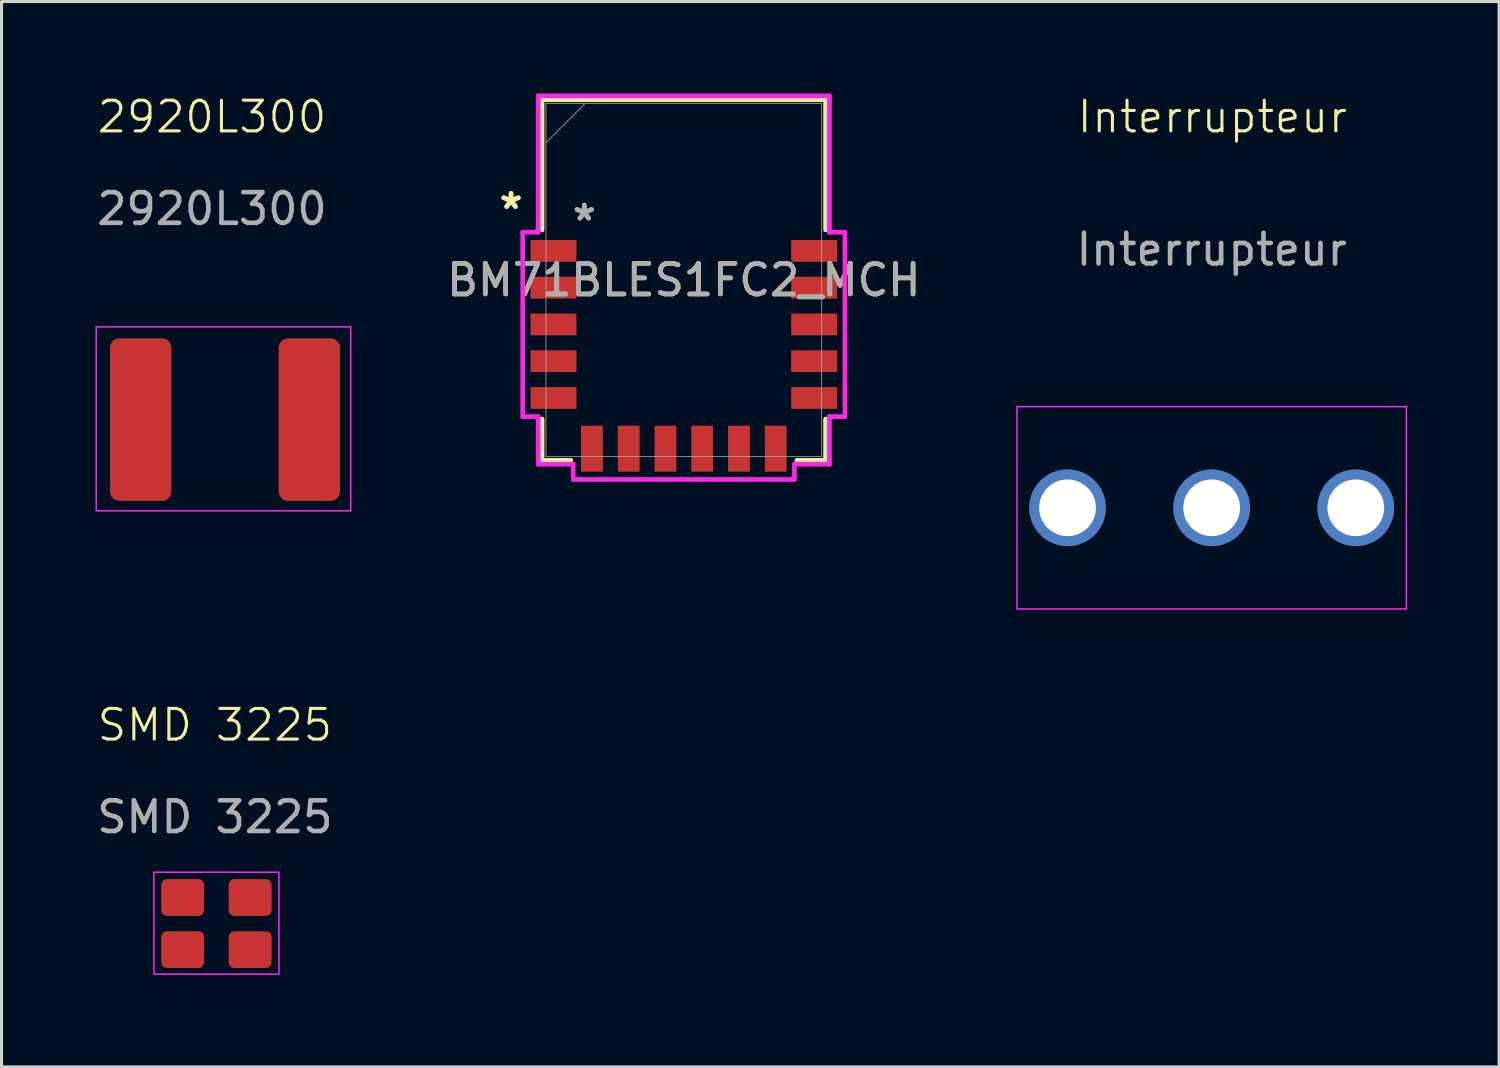
<source format=kicad_pcb>
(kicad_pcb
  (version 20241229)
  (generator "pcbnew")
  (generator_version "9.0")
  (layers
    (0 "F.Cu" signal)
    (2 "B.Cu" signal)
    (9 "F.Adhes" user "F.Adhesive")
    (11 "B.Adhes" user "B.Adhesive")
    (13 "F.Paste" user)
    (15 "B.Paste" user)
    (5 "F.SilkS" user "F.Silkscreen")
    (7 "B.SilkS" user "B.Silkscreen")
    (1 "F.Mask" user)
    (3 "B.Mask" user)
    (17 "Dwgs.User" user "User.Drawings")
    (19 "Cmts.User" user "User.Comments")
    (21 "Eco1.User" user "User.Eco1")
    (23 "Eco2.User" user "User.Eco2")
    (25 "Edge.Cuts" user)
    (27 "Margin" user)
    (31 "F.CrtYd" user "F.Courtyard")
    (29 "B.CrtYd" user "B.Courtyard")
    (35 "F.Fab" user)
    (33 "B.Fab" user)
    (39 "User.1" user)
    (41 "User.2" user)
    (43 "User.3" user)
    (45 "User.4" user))
  (footprint "Interrupteur"
    (layer "F.Cu")
    (at 36.467 13.511)
    (property "Reference" "Interrupteur" (at 0.025 -12.75 0) (unlocked yes) (layer "F.SilkS") (effects (font (size 1 1) (thickness 0.1))))
    (attr smd)
    (fp_rect (start -6.35 -3.3) (end 6.35 3.3) (stroke (width 0.05) (type solid)) (fill no) (layer "F.CrtYd"))
    (fp_text user "${REFERENCE}" (at 0 -8.425 0) (unlocked yes) (layer "F.Fab") (effects (font (size 1 1) (thickness 0.15))))
    (pad "1" thru_hole circle (at -4.7 0) (size 2.5 2.5) (drill 1.85) (layers "*.Cu" "*.Mask"))
    (pad "2" thru_hole circle (at 0 0) (size 2.5 2.5) (drill 1.85) (layers "*.Cu" "*.Mask"))
    (pad "3" thru_hole circle (at 4.7 0) (size 2.5 2.5) (drill 1.85) (layers "*.Cu" "*.Mask")))
  (footprint "SMD 3225"
    (layer "F.Cu")
    (at 4.008 27.071)
    (property "Reference" "SMD 3225" (at -0.05 -6.475 0) (unlocked yes) (layer "F.SilkS") (effects (font (size 1 1) (thickness 0.1))))
    (attr smd)
    (fp_rect (start -2.038 -1.675) (end 2.038 1.65) (stroke (width 0.05) (type default)) (fill no) (layer "F.CrtYd"))
    (fp_text user "${REFERENCE}" (at -0.05 -3.475 0) (unlocked yes) (layer "F.Fab") (effects (font (size 1 1) (thickness 0.15))))
    (pad "1" smd roundrect (at -1.1 -0.85) (size 1.4 1.2) (layers "F.Cu" "F.Mask" "F.Paste") (roundrect_rratio 0.15))
    (pad "2" smd roundrect (at 1.1 -0.85) (size 1.4 1.2) (layers "F.Cu" "F.Mask" "F.Paste") (roundrect_rratio 0.15))
    (pad "3" smd roundrect (at 1.1 0.85) (size 1.4 1.2) (layers "F.Cu" "F.Mask" "F.Paste") (roundrect_rratio 0.15))
    (pad "4" smd roundrect (at -1.1 0.85) (size 1.4 1.2) (layers "F.Cu" "F.Mask" "F.Paste") (roundrect_rratio 0.15)))
  (footprint "2920L300"
    (layer "F.Cu")
    (at 3.838 10.636)
    (property "Reference" "2920L300" (at 0.025 -9.875 0) (unlocked yes) (layer "F.SilkS") (effects (font (size 1 1) (thickness 0.1))))
    (attr smd)
    (fp_rect (start -3.75 -3.025) (end 4.55 2.975) (stroke (width 0.05) (type default)) (fill no) (layer "F.CrtYd"))
    (fp_text user "${REFERENCE}" (at 0.025 -6.875 0) (unlocked yes) (layer "F.Fab") (effects (font (size 1 1) (thickness 0.15))))
    (pad "1" smd roundrect (at -2.3 0) (size 2 5.3) (layers "F.Cu" "F.Mask" "F.Paste") (roundrect_rratio 0.15))
    (pad "2" smd roundrect (at 3.2 0) (size 2 5.3) (layers "F.Cu" "F.Mask" "F.Paste") (roundrect_rratio 0.15)))
  (footprint "BM71BLES1FC2_MCH"
    (layer "F.Cu")
    (at 19.252 6.083)
    (property "Reference" "BM71BLES1FC2_MCH" (at 0 0 0) (unlocked yes) (layer "F.SilkS") (effects (font (size 1 1) (thickness 0.15))))
    (attr smd)
    (fp_line (start -4.623 -5.88) (end 4.623 -5.88) (stroke (width 0.152) (type solid)) (layer "F.SilkS"))
    (fp_line (start -4.623 -1.638) (end -4.623 -5.88) (stroke (width 0.152) (type solid)) (layer "F.SilkS"))
    (fp_line (start -4.623 5.88) (end -4.623 4.534) (stroke (width 0.152) (type solid)) (layer "F.SilkS"))
    (fp_line (start -3.686 5.88) (end -4.623 5.88) (stroke (width 0.152) (type solid)) (layer "F.SilkS"))
    (fp_line (start 4.623 -5.88) (end 4.623 -1.638) (stroke (width 0.152) (type solid)) (layer "F.SilkS"))
    (fp_line (start 4.623 4.534) (end 4.623 5.88) (stroke (width 0.152) (type solid)) (layer "F.SilkS"))
    (fp_line (start 4.623 5.88) (end 3.686 5.88) (stroke (width 0.152) (type solid)) (layer "F.SilkS"))
    (fp_poly (pts (xy -3.5 1.151) (xy -1.494 1.151) (xy -1.494 -1.745) (xy -3.5 -1.745)) (stroke (width 0.1) (type solid)) (fill no) (layer "Eco2.User"))
    (fp_poly (pts (xy -0.201 4.26) (xy 3.508 4.26) (xy 3.508 -1.252) (xy -0.201 -1.252)) (stroke (width 0.1) (type solid)) (fill no) (layer "Eco2.User"))
    (fp_line (start -5.254 -1.56) (end -5.254 4.455) (stroke (width 0.152) (type solid)) (layer "F.CrtYd"))
    (fp_line (start -5.254 4.455) (end -4.75 4.455) (stroke (width 0.152) (type solid)) (layer "F.CrtYd"))
    (fp_line (start -4.75 -6.007) (end -4.75 -1.56) (stroke (width 0.152) (type solid)) (layer "F.CrtYd"))
    (fp_line (start -4.75 -1.56) (end -5.254 -1.56) (stroke (width 0.152) (type solid)) (layer "F.CrtYd"))
    (fp_line (start -4.75 4.455) (end -4.75 6.007) (stroke (width 0.152) (type solid)) (layer "F.CrtYd"))
    (fp_line (start -4.75 6.007) (end -3.607 6.007) (stroke (width 0.152) (type solid)) (layer "F.CrtYd"))
    (fp_line (start -3.607 6.007) (end -3.607 6.504) (stroke (width 0.152) (type solid)) (layer "F.CrtYd"))
    (fp_line (start -3.607 6.504) (end 3.607 6.504) (stroke (width 0.152) (type solid)) (layer "F.CrtYd"))
    (fp_line (start 3.607 6.007) (end 4.75 6.007) (stroke (width 0.152) (type solid)) (layer "F.CrtYd"))
    (fp_line (start 3.607 6.504) (end 3.607 6.007) (stroke (width 0.152) (type solid)) (layer "F.CrtYd"))
    (fp_line (start 4.75 -6.007) (end -4.75 -6.007) (stroke (width 0.152) (type solid)) (layer "F.CrtYd"))
    (fp_line (start 4.75 -1.56) (end 4.75 -6.007) (stroke (width 0.152) (type solid)) (layer "F.CrtYd"))
    (fp_line (start 4.75 4.455) (end 5.254 4.455) (stroke (width 0.152) (type solid)) (layer "F.CrtYd"))
    (fp_line (start 4.75 6.007) (end 4.75 4.455) (stroke (width 0.152) (type solid)) (layer "F.CrtYd"))
    (fp_line (start 5.254 -1.56) (end 4.75 -1.56) (stroke (width 0.152) (type solid)) (layer "F.CrtYd"))
    (fp_line (start 5.254 4.455) (end 5.254 -1.56) (stroke (width 0.152) (type solid)) (layer "F.CrtYd"))
    (fp_line (start -4.496 -5.753) (end -4.496 5.753) (stroke (width 0.025) (type solid)) (layer "F.Fab"))
    (fp_line (start -4.496 -4.483) (end -3.226 -5.753) (stroke (width 0.025) (type solid)) (layer "F.Fab"))
    (fp_line (start -4.496 5.753) (end 4.496 5.753) (stroke (width 0.025) (type solid)) (layer "F.Fab"))
    (fp_line (start 4.496 -5.753) (end -4.496 -5.753) (stroke (width 0.025) (type solid)) (layer "F.Fab"))
    (fp_line (start 4.496 5.753) (end 4.496 -5.753) (stroke (width 0.025) (type solid)) (layer "F.Fab"))
    (fp_text user "*" (at -5.635 -2.281 0) (layer "F.SilkS") (effects (font (size 1 1) (thickness 0.15))))
    (fp_text user "*" (at -5.635 -2.281 0) (unlocked yes) (layer "F.SilkS") (effects (font (size 1 1) (thickness 0.15))))
    (fp_text user "*" (at -3.247 -1.9 0) (layer "F.Fab") (effects (font (size 1 1) (thickness 0.15))))
    (fp_text user "*" (at -3.247 -1.9 0) (unlocked yes) (layer "F.Fab") (effects (font (size 1 1) (thickness 0.15))))
    (fp_text user "${REFERENCE}" (at 0 0 0) (unlocked yes) (layer "F.Fab") (effects (font (size 1 1) (thickness 0.15))))
    (pad "1" smd rect (at -4.251 -0.95 90) (size 0.711 1.499) (layers "F.Cu" "F.Mask" "F.Paste"))
    (pad "2" smd rect (at -4.251 0.249 90) (size 0.711 1.499) (layers "F.Cu" "F.Mask" "F.Paste"))
    (pad "3" smd rect (at -4.251 1.448 90) (size 0.711 1.499) (layers "F.Cu" "F.Mask" "F.Paste"))
    (pad "4" smd rect (at -4.251 2.647 90) (size 0.711 1.499) (layers "F.Cu" "F.Mask" "F.Paste"))
    (pad "5" smd rect (at -4.251 3.846 90) (size 0.711 1.499) (layers "F.Cu" "F.Mask" "F.Paste"))
    (pad "6" smd rect (at -2.997 5.5) (size 0.711 1.499) (layers "F.Cu" "F.Mask" "F.Paste"))
    (pad "7" smd rect (at -1.798 5.5) (size 0.711 1.499) (layers "F.Cu" "F.Mask" "F.Paste"))
    (pad "8" smd rect (at -0.599 5.5) (size 0.711 1.499) (layers "F.Cu" "F.Mask" "F.Paste"))
    (pad "9" smd rect (at 0.599 5.5) (size 0.711 1.499) (layers "F.Cu" "F.Mask" "F.Paste"))
    (pad "10" smd rect (at 1.798 5.5) (size 0.711 1.499) (layers "F.Cu" "F.Mask" "F.Paste"))
    (pad "11" smd rect (at 2.997 5.5) (size 0.711 1.499) (layers "F.Cu" "F.Mask" "F.Paste"))
    (pad "12" smd rect (at 4.251 3.846 90) (size 0.711 1.499) (layers "F.Cu" "F.Mask" "F.Paste"))
    (pad "13" smd rect (at 4.251 2.647 90) (size 0.711 1.499) (layers "F.Cu" "F.Mask" "F.Paste"))
    (pad "14" smd rect (at 4.251 1.448 90) (size 0.711 1.499) (layers "F.Cu" "F.Mask" "F.Paste"))
    (pad "15" smd rect (at 4.251 0.249 90) (size 0.711 1.499) (layers "F.Cu" "F.Mask" "F.Paste"))
    (pad "16" smd rect (at 4.251 -0.95 90) (size 0.711 1.499) (layers "F.Cu" "F.Mask" "F.Paste")))
  (gr_rect
    (start -3 -3)
    (end 45.842 31.746)
    (stroke (width 0.1) (type default))
    (fill no)
    (layer "Edge.Cuts")))
</source>
